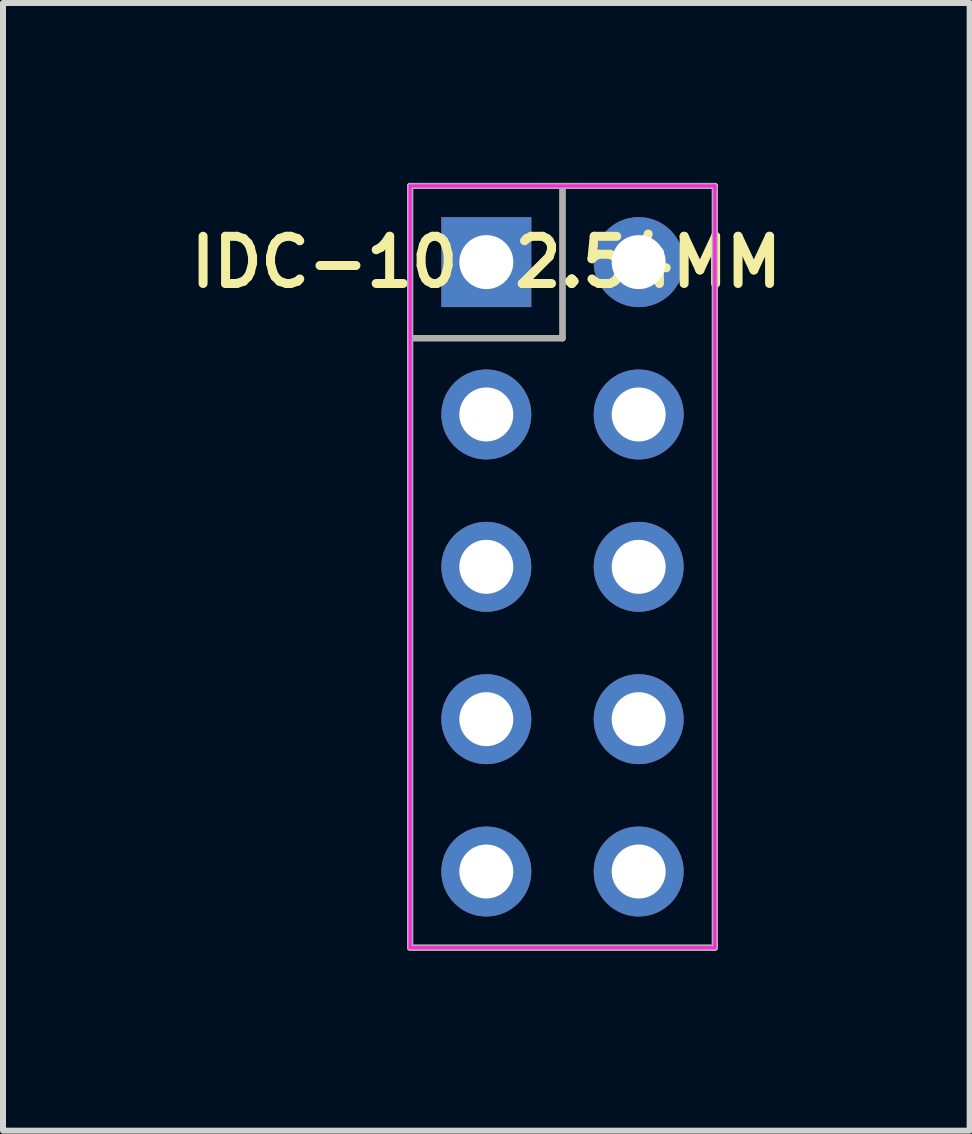
<source format=kicad_pcb>
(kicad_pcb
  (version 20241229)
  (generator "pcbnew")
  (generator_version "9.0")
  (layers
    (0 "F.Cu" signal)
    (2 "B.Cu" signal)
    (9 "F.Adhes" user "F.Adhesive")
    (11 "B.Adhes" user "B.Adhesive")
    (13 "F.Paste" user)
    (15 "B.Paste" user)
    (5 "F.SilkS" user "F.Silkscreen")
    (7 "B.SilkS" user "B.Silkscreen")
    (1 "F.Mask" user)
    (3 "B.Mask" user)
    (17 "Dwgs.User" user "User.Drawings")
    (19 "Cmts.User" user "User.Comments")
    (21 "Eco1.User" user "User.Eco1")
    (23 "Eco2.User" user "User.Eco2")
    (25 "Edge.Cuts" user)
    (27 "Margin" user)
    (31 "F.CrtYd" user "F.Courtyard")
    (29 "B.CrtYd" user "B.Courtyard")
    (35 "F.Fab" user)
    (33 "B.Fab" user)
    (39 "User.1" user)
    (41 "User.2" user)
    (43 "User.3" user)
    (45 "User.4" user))
  (footprint "IDC-10-2.54MM"
    (layer "F.Cu")
    (at 5.058 1.32)
    (property "Reference" "IDC-10-2.54MM" (at 0 0 0) (layer "F.SilkS") (effects (font (size 0.787 0.787) (thickness 0.15))))
    (attr through_hole)
    (fp_line (start -1.27 -1.27) (end -1.27 1.27) (stroke (width 0.1) (type solid)) (layer "F.SilkS"))
    (fp_line (start -1.27 1.27) (end -1.27 11.43) (stroke (width 0.1) (type solid)) (layer "F.SilkS"))
    (fp_line (start -1.27 11.43) (end 3.81 11.43) (stroke (width 0.1) (type solid)) (layer "F.SilkS"))
    (fp_line (start 1.27 -1.27) (end -1.27 -1.27) (stroke (width 0.1) (type solid)) (layer "F.SilkS"))
    (fp_line (start 1.27 -1.27) (end 1.27 1.27) (stroke (width 0.1) (type solid)) (layer "F.SilkS"))
    (fp_line (start 1.27 1.27) (end -1.27 1.27) (stroke (width 0.1) (type solid)) (layer "F.SilkS"))
    (fp_line (start 3.81 -1.27) (end 1.27 -1.27) (stroke (width 0.1) (type solid)) (layer "F.SilkS"))
    (fp_line (start 3.81 11.43) (end 3.81 -1.27) (stroke (width 0.1) (type solid)) (layer "F.SilkS"))
    (fp_line (start -1.27 -1.27) (end -1.27 11.43) (stroke (width 0.051) (type solid)) (layer "F.CrtYd"))
    (fp_line (start -1.27 11.43) (end 3.81 11.43) (stroke (width 0.051) (type solid)) (layer "F.CrtYd"))
    (fp_line (start 3.81 -1.27) (end -1.27 -1.27) (stroke (width 0.051) (type solid)) (layer "F.CrtYd"))
    (fp_line (start 3.81 11.43) (end 3.81 -1.27) (stroke (width 0.051) (type solid)) (layer "F.CrtYd"))
    (fp_line (start -1.27 -1.27) (end -1.27 1.27) (stroke (width 0.1) (type solid)) (layer "F.Fab"))
    (fp_line (start -1.27 1.27) (end -1.27 11.43) (stroke (width 0.1) (type solid)) (layer "F.Fab"))
    (fp_line (start -1.27 1.27) (end 1.27 1.27) (stroke (width 0.1) (type solid)) (layer "F.Fab"))
    (fp_line (start -1.27 11.43) (end 3.81 11.43) (stroke (width 0.1) (type solid)) (layer "F.Fab"))
    (fp_line (start 1.27 -1.27) (end -1.27 -1.27) (stroke (width 0.1) (type solid)) (layer "F.Fab"))
    (fp_line (start 1.27 1.27) (end 1.27 -1.27) (stroke (width 0.1) (type solid)) (layer "F.Fab"))
    (fp_line (start 3.81 -1.27) (end 1.27 -1.27) (stroke (width 0.1) (type solid)) (layer "F.Fab"))
    (fp_line (start 3.81 11.43) (end 3.81 -1.27) (stroke (width 0.1) (type solid)) (layer "F.Fab"))
    (pad "1" thru_hole rect (at 0 0) (size 1.5 1.5) (drill 0.9) (layers "*.Cu" "*.Mask"))
    (pad "2" thru_hole circle (at 2.54 0) (size 1.5 1.5) (drill 0.9) (layers "*.Cu" "*.Mask"))
    (pad "3" thru_hole circle (at 0 2.54) (size 1.5 1.5) (drill 0.9) (layers "*.Cu" "*.Mask"))
    (pad "4" thru_hole circle (at 2.54 2.54) (size 1.5 1.5) (drill 0.9) (layers "*.Cu" "*.Mask"))
    (pad "5" thru_hole circle (at 0 5.08) (size 1.5 1.5) (drill 0.9) (layers "*.Cu" "*.Mask"))
    (pad "6" thru_hole circle (at 2.54 5.08) (size 1.5 1.5) (drill 0.9) (layers "*.Cu" "*.Mask"))
    (pad "7" thru_hole circle (at 0 7.62) (size 1.5 1.5) (drill 0.9) (layers "*.Cu" "*.Mask"))
    (pad "8" thru_hole circle (at 2.54 7.62) (size 1.5 1.5) (drill 0.9) (layers "*.Cu" "*.Mask"))
    (pad "9" thru_hole circle (at 0 10.16) (size 1.5 1.5) (drill 0.9) (layers "*.Cu" "*.Mask"))
    (pad "10" thru_hole circle (at 2.54 10.16) (size 1.5 1.5) (drill 0.9) (layers "*.Cu" "*.Mask")))
  (gr_rect
    (start -3 -3)
    (end 13.116 15.8)
    (stroke (width 0.1) (type default))
    (fill no)
    (layer "Edge.Cuts")))
</source>
